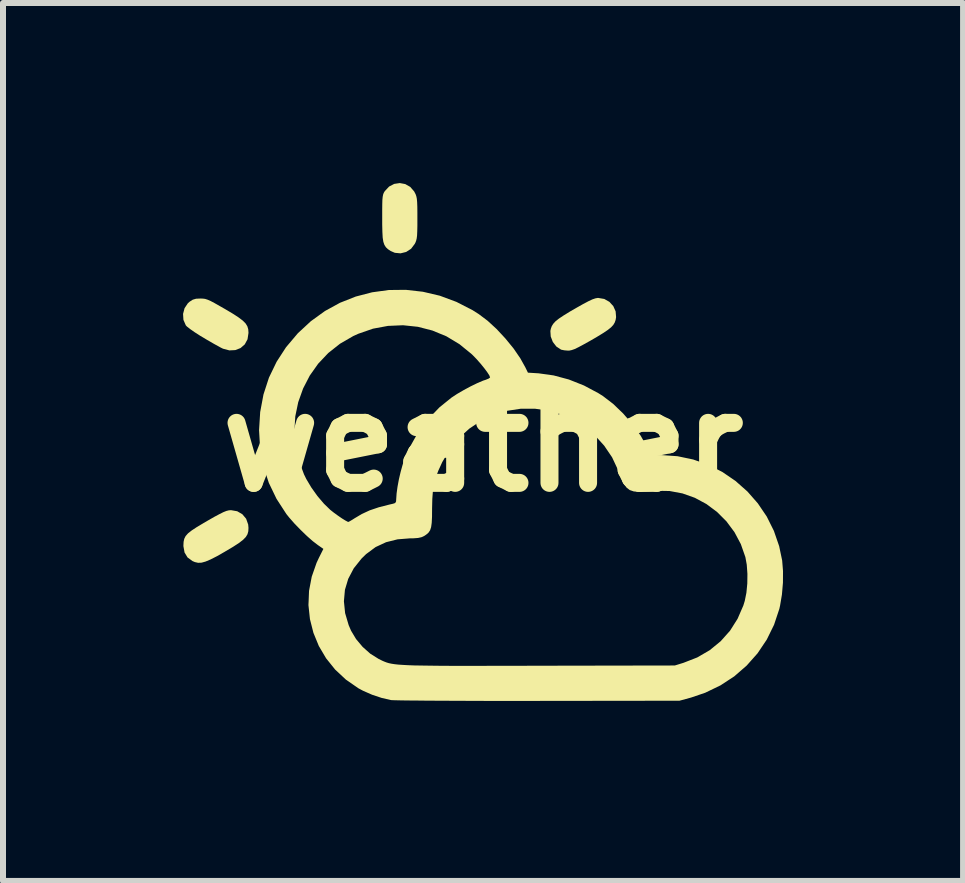
<source format=kicad_pcb>
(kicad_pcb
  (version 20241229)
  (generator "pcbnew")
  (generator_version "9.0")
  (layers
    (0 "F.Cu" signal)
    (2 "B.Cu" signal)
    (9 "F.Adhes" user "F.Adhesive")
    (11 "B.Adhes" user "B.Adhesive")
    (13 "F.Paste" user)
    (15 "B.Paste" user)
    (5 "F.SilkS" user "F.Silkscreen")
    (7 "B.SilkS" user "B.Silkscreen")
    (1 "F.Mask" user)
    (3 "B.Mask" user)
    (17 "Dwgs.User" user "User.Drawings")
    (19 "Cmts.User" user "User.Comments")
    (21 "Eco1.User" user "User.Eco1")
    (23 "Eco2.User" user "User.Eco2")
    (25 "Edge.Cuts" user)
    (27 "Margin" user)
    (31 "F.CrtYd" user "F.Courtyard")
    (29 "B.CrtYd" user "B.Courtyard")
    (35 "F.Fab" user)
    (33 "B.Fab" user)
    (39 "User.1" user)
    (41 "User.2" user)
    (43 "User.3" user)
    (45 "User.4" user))
  (footprint "weather"
    (layer "F.Cu")
    (at 4.998 4.317)
    (property "Reference" "weather" (at 0 0 0) (layer "F.SilkS") (effects (font (size 1.5 1.5) (thickness 0.3))))
    (attr board_only exclude_from_pos_files exclude_from_bom)
    (fp_poly (pts (xy -4.669 -2.392) (xy -4.631 -2.387) (xy -4.59 -2.374) (xy -4.539 -2.352) (xy -4.473 -2.317) (xy -4.385 -2.267) (xy -4.299 -2.218) (xy -4.171 -2.142) (xy -4.074 -2.079) (xy -4.004 -2.026) (xy -3.956 -1.978) (xy -3.927 -1.931) (xy -3.912 -1.881) (xy -3.908 -1.823) (xy -3.908 -1.819) (xy -3.924 -1.714) (xy -3.97 -1.629) (xy -4.04 -1.568) (xy -4.127 -1.534) (xy -4.226 -1.529) (xy -4.332 -1.557) (xy -4.367 -1.574) (xy -4.485 -1.639) (xy -4.601 -1.706) (xy -4.71 -1.771) (xy -4.805 -1.832) (xy -4.881 -1.885) (xy -4.933 -1.926) (xy -4.952 -1.946) (xy -4.992 -2.038) (xy -4.998 -2.137) (xy -4.973 -2.232) (xy -4.919 -2.313) (xy -4.889 -2.34) (xy -4.836 -2.374) (xy -4.781 -2.39) (xy -4.71 -2.393)) (stroke (width 0) (type solid)) (fill yes) (layer "F.SilkS"))
    (fp_poly (pts (xy -4.096 1.151) (xy -4.01 1.201) (xy -3.947 1.276) (xy -3.913 1.372) (xy -3.908 1.428) (xy -3.911 1.485) (xy -3.925 1.535) (xy -3.953 1.581) (xy -3.999 1.628) (xy -4.067 1.68) (xy -4.162 1.742) (xy -4.287 1.816) (xy -4.298 1.823) (xy -4.431 1.899) (xy -4.537 1.953) (xy -4.622 1.989) (xy -4.69 2.008) (xy -4.748 2.01) (xy -4.801 1.998) (xy -4.841 1.981) (xy -4.923 1.921) (xy -4.973 1.839) (xy -4.992 1.734) (xy -4.992 1.719) (xy -4.989 1.66) (xy -4.978 1.61) (xy -4.955 1.564) (xy -4.915 1.519) (xy -4.854 1.471) (xy -4.769 1.415) (xy -4.655 1.347) (xy -4.595 1.312) (xy -4.48 1.246) (xy -4.392 1.199) (xy -4.326 1.166) (xy -4.276 1.146) (xy -4.236 1.136) (xy -4.2 1.133) (xy -4.199 1.133)) (stroke (width 0) (type solid)) (fill yes) (layer "F.SilkS"))
    (fp_poly (pts (xy 2.02 -2.386) (xy 2.105 -2.338) (xy 2.17 -2.267) (xy 2.209 -2.18) (xy 2.217 -2.083) (xy 2.209 -2.036) (xy 2.194 -1.993) (xy 2.17 -1.953) (xy 2.133 -1.913) (xy 2.078 -1.869) (xy 2.002 -1.818) (xy 1.899 -1.755) (xy 1.789 -1.691) (xy 1.676 -1.628) (xy 1.59 -1.582) (xy 1.526 -1.551) (xy 1.477 -1.534) (xy 1.438 -1.526) (xy 1.418 -1.525) (xy 1.356 -1.53) (xy 1.306 -1.54) (xy 1.299 -1.542) (xy 1.222 -1.593) (xy 1.163 -1.669) (xy 1.128 -1.76) (xy 1.122 -1.853) (xy 1.13 -1.891) (xy 1.146 -1.935) (xy 1.172 -1.975) (xy 1.21 -2.016) (xy 1.266 -2.06) (xy 1.344 -2.112) (xy 1.448 -2.176) (xy 1.552 -2.236) (xy 1.667 -2.301) (xy 1.756 -2.348) (xy 1.822 -2.379) (xy 1.872 -2.396) (xy 1.911 -2.403) (xy 1.919 -2.403)) (stroke (width 0) (type solid)) (fill yes) (layer "F.SilkS"))
    (fp_poly (pts (xy -1.296 -4.3) (xy -1.213 -4.253) (xy -1.147 -4.177) (xy -1.139 -4.161) (xy -1.122 -4.128) (xy -1.111 -4.095) (xy -1.103 -4.055) (xy -1.098 -4) (xy -1.095 -3.925) (xy -1.094 -3.823) (xy -1.094 -3.733) (xy -1.094 -3.607) (xy -1.096 -3.514) (xy -1.099 -3.445) (xy -1.105 -3.396) (xy -1.114 -3.358) (xy -1.127 -3.324) (xy -1.138 -3.303) (xy -1.199 -3.222) (xy -1.281 -3.169) (xy -1.374 -3.146) (xy -1.47 -3.155) (xy -1.539 -3.185) (xy -1.584 -3.215) (xy -1.618 -3.247) (xy -1.643 -3.286) (xy -1.661 -3.338) (xy -1.672 -3.408) (xy -1.677 -3.503) (xy -1.68 -3.627) (xy -1.68 -3.734) (xy -1.68 -3.866) (xy -1.679 -3.965) (xy -1.677 -4.037) (xy -1.672 -4.088) (xy -1.665 -4.124) (xy -1.655 -4.152) (xy -1.641 -4.176) (xy -1.636 -4.183) (xy -1.565 -4.259) (xy -1.48 -4.303) (xy -1.387 -4.317)) (stroke (width 0) (type solid)) (fill yes) (layer "F.SilkS"))
    (fp_poly (pts (xy -1.002 -2.506) (xy -0.72 -2.44) (xy -0.443 -2.337) (xy -0.174 -2.199) (xy -0.069 -2.132) (xy 0.077 -2.022) (xy 0.226 -1.885) (xy 0.372 -1.728) (xy 0.507 -1.563) (xy 0.621 -1.397) (xy 0.704 -1.248) (xy 0.748 -1.158) (xy 0.926 -1.147) (xy 1.176 -1.112) (xy 1.43 -1.044) (xy 1.682 -0.944) (xy 1.922 -0.816) (xy 1.998 -0.768) (xy 2.169 -0.637) (xy 2.336 -0.476) (xy 2.492 -0.296) (xy 2.628 -0.105) (xy 2.735 0.087) (xy 2.736 0.088) (xy 2.796 0.215) (xy 2.968 0.215) (xy 3.24 0.234) (xy 3.502 0.289) (xy 3.752 0.377) (xy 3.988 0.497) (xy 4.206 0.646) (xy 4.404 0.821) (xy 4.578 1.019) (xy 4.727 1.239) (xy 4.846 1.478) (xy 4.934 1.733) (xy 4.984 1.972) (xy 4.998 2.147) (xy 4.997 2.341) (xy 4.98 2.539) (xy 4.949 2.723) (xy 4.937 2.777) (xy 4.849 3.042) (xy 4.727 3.29) (xy 4.574 3.518) (xy 4.393 3.722) (xy 4.186 3.902) (xy 3.955 4.053) (xy 3.702 4.175) (xy 3.467 4.255) (xy 3.273 4.308) (xy 0.918 4.311) (xy 0.608 4.311) (xy 0.309 4.311) (xy 0.023 4.311) (xy -0.246 4.31) (xy -0.496 4.309) (xy -0.726 4.308) (xy -0.932 4.307) (xy -1.112 4.305) (xy -1.264 4.304) (xy -1.386 4.302) (xy -1.474 4.3) (xy -1.527 4.298) (xy -1.54 4.296) (xy -1.69 4.261) (xy -1.849 4.208) (xy -1.999 4.142) (xy -2.076 4.101) (xy -2.284 3.957) (xy -2.464 3.789) (xy -2.615 3.601) (xy -2.736 3.396) (xy -2.826 3.177) (xy -2.884 2.948) (xy -2.909 2.714) (xy -2.906 2.651) (xy -2.318 2.651) (xy -2.298 2.848) (xy -2.239 3.048) (xy -2.199 3.141) (xy -2.116 3.28) (xy -2.006 3.411) (xy -1.879 3.524) (xy -1.745 3.608) (xy -1.739 3.612) (xy -1.704 3.629) (xy -1.671 3.645) (xy -1.64 3.658) (xy -1.606 3.671) (xy -1.569 3.682) (xy -1.527 3.691) (xy -1.476 3.699) (xy -1.414 3.706) (xy -1.34 3.711) (xy -1.251 3.716) (xy -1.145 3.72) (xy -1.02 3.722) (xy -0.874 3.724) (xy -0.703 3.726) (xy -0.507 3.727) (xy -0.283 3.727) (xy -0.028 3.727) (xy 0.259 3.726) (xy 0.581 3.726) (xy 0.918 3.725) (xy 3.195 3.721) (xy 3.338 3.677) (xy 3.569 3.587) (xy 3.777 3.466) (xy 3.959 3.317) (xy 4.115 3.142) (xy 4.241 2.943) (xy 4.337 2.722) (xy 4.361 2.644) (xy 4.388 2.51) (xy 4.403 2.356) (xy 4.405 2.195) (xy 4.394 2.041) (xy 4.371 1.915) (xy 4.295 1.698) (xy 4.189 1.499) (xy 4.055 1.319) (xy 3.898 1.162) (xy 3.722 1.031) (xy 3.529 0.927) (xy 3.323 0.854) (xy 3.109 0.814) (xy 2.89 0.81) (xy 2.862 0.812) (xy 2.715 0.824) (xy 2.6 0.828) (xy 2.512 0.821) (xy 2.444 0.798) (xy 2.391 0.757) (xy 2.347 0.694) (xy 2.304 0.606) (xy 2.258 0.488) (xy 2.247 0.459) (xy 2.15 0.252) (xy 2.019 0.059) (xy 1.861 -0.116) (xy 1.68 -0.267) (xy 1.48 -0.389) (xy 1.344 -0.449) (xy 1.106 -0.522) (xy 0.867 -0.557) (xy 0.629 -0.557) (xy 0.397 -0.522) (xy 0.175 -0.454) (xy -0.035 -0.355) (xy -0.229 -0.225) (xy -0.404 -0.066) (xy -0.555 0.12) (xy -0.68 0.333) (xy -0.684 0.342) (xy -0.743 0.471) (xy -0.787 0.585) (xy -0.816 0.695) (xy -0.835 0.811) (xy -0.845 0.944) (xy -0.849 1.104) (xy -0.849 1.115) (xy -0.85 1.245) (xy -0.855 1.344) (xy -0.865 1.416) (xy -0.882 1.468) (xy -0.908 1.507) (xy -0.946 1.54) (xy -0.983 1.564) (xy -1.027 1.584) (xy -1.082 1.596) (xy -1.16 1.602) (xy -1.211 1.602) (xy -1.424 1.619) (xy -1.616 1.667) (xy -1.79 1.748) (xy -1.947 1.864) (xy -2.024 1.939) (xy -2.154 2.102) (xy -2.246 2.277) (xy -2.301 2.46) (xy -2.318 2.651) (xy -2.906 2.651) (xy -2.899 2.477) (xy -2.854 2.241) (xy -2.773 2.009) (xy -2.736 1.93) (xy -2.66 1.778) (xy -2.751 1.715) (xy -2.836 1.65) (xy -2.935 1.563) (xy -3.039 1.462) (xy -3.14 1.358) (xy -3.228 1.258) (xy -3.277 1.197) (xy -3.441 0.944) (xy -3.569 0.678) (xy -3.66 0.399) (xy -3.714 0.107) (xy -3.731 -0.189) (xy -3.143 -0.189) (xy -3.125 0.055) (xy -3.072 0.298) (xy -2.983 0.536) (xy -2.945 0.614) (xy -2.861 0.755) (xy -2.76 0.897) (xy -2.651 1.025) (xy -2.546 1.127) (xy -2.484 1.176) (xy -2.415 1.226) (xy -2.348 1.272) (xy -2.291 1.307) (xy -2.253 1.327) (xy -2.244 1.329) (xy -2.221 1.318) (xy -2.177 1.292) (xy -2.141 1.269) (xy -2.02 1.197) (xy -1.888 1.136) (xy -1.737 1.085) (xy -1.557 1.039) (xy -1.5 1.026) (xy -1.464 1.014) (xy -1.449 0.988) (xy -1.446 0.94) (xy -1.44 0.854) (xy -1.425 0.744) (xy -1.402 0.62) (xy -1.373 0.496) (xy -1.342 0.384) (xy -1.335 0.361) (xy -1.229 0.099) (xy -1.09 -0.149) (xy -0.921 -0.377) (xy -0.725 -0.581) (xy -0.527 -0.741) (xy -0.433 -0.803) (xy -0.323 -0.867) (xy -0.206 -0.93) (xy -0.095 -0.984) (xy 0.001 -1.025) (xy 0.044 -1.039) (xy 0.091 -1.058) (xy 0.116 -1.076) (xy 0.117 -1.08) (xy 0.105 -1.112) (xy 0.07 -1.166) (xy 0.02 -1.233) (xy -0.041 -1.308) (xy -0.107 -1.383) (xy -0.173 -1.451) (xy -0.19 -1.467) (xy -0.392 -1.632) (xy -0.611 -1.764) (xy -0.844 -1.86) (xy -1.085 -1.922) (xy -1.333 -1.948) (xy -1.584 -1.937) (xy -1.833 -1.891) (xy -2.078 -1.806) (xy -2.162 -1.768) (xy -2.383 -1.64) (xy -2.579 -1.485) (xy -2.747 -1.307) (xy -2.887 -1.109) (xy -2.998 -0.894) (xy -3.079 -0.667) (xy -3.128 -0.431) (xy -3.143 -0.189) (xy -3.731 -0.189) (xy -3.732 -0.195) (xy -3.713 -0.502) (xy -3.658 -0.795) (xy -3.567 -1.075) (xy -3.439 -1.34) (xy -3.282 -1.582) (xy -3.086 -1.814) (xy -2.869 -2.015) (xy -2.634 -2.185) (xy -2.384 -2.322) (xy -2.121 -2.426) (xy -1.848 -2.497) (xy -1.569 -2.535) (xy -1.286 -2.538)) (stroke (width 0) (type solid)) (fill yes) (layer "F.SilkS")))
  (gr_rect
    (start -3 -3)
    (end 12.996 11.628)
    (stroke (width 0.1) (type default))
    (fill no)
    (layer "Edge.Cuts")))
</source>
